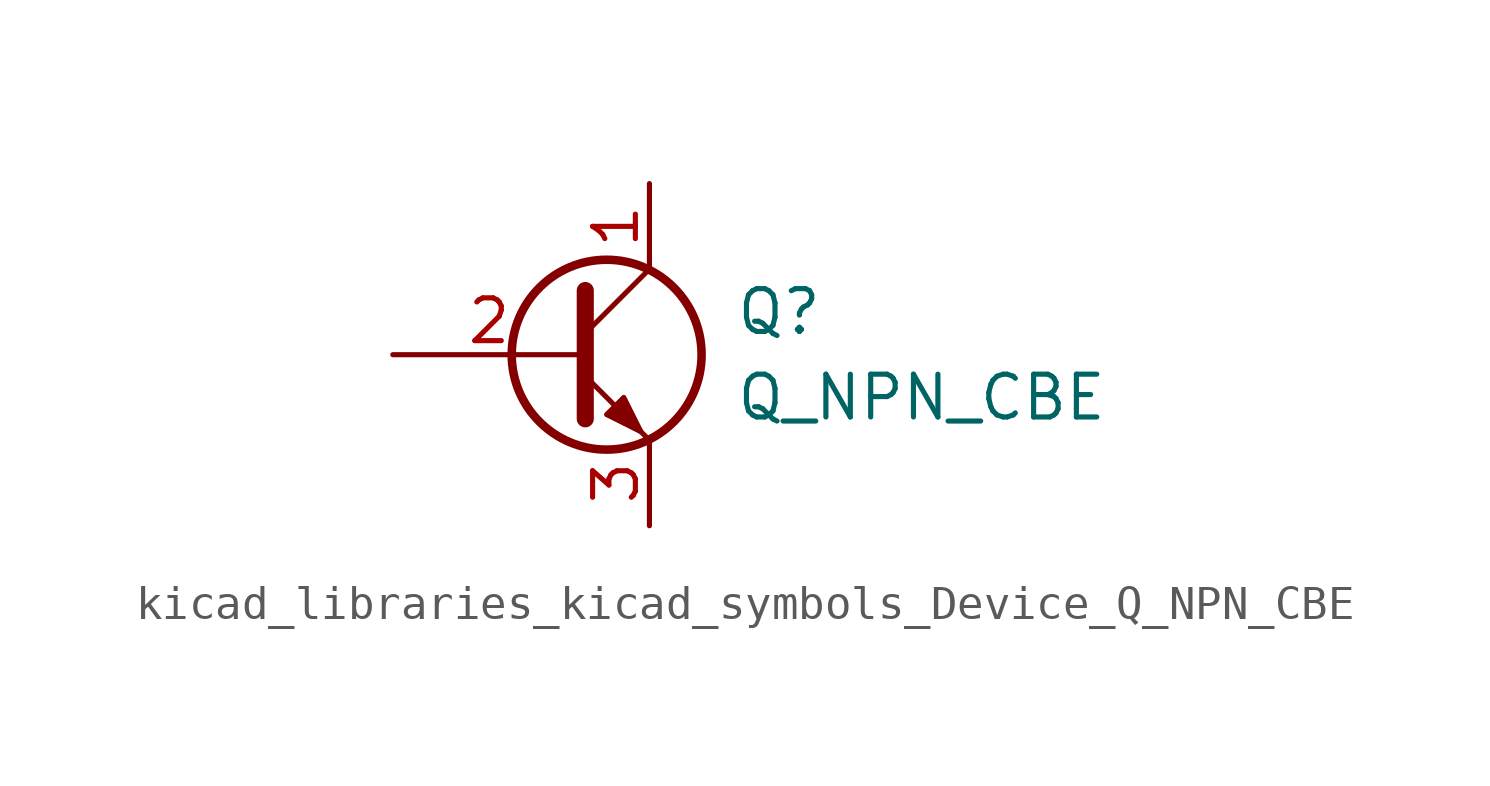
<source format=kicad_sym>
(kicad_symbol_lib
  (version 20220914)
  (generator kicad_symbol_editor)
  (symbol "kicad_libraries_kicad_symbols_Device_Q_NPN_CBE"
    (pin_names
      (offset 0) hide)
    (property "Reference" "Q"
      (at 5.08 1.27 0)
      (effects (font (size 1.27 1.27)) (justify left)))
    (property "Value" "Q_NPN_CBE"
      (at 5.08 -1.27 0)
      (effects (font (size 1.27 1.27)) (justify left)))
    (symbol "kicad_libraries_kicad_symbols_Device_Q_NPN_CBE_0_1"
      (polyline (pts (xy 0.635 0.635) (xy 2.54 2.54)) (stroke (width 0) (type default)) (fill (type none)))
      (polyline (pts (xy 0.635 -0.635) (xy 2.54 -2.54) (xy 2.54 -2.54)) (stroke (width 0) (type default)) (fill (type none)))
      (polyline (pts (xy 0.635 1.905) (xy 0.635 -1.905) (xy 0.635 -1.905)) (stroke (width 0.508) (type default)) (fill (type none)))
      (polyline (pts (xy 1.27 -1.778) (xy 1.778 -1.27) (xy 2.286 -2.286) (xy 1.27 -1.778) (xy 1.27 -1.778)) (stroke (width 0) (type default)) (fill (type outline)))
      (circle (center 1.27 0) (radius 2.819) (stroke (width 0.254) (type default)) (fill (type none))))
    (symbol "kicad_libraries_kicad_symbols_Device_Q_NPN_CBE_1_1"
      (pin passive line (at 2.54 5.08 270) (length 2.54) (name "C" (effects (font (size 1.27 1.27)))) (number "1" (effects (font (size 1.27 1.27)))))
      (pin input line (at -5.08 0 0) (length 5.715) (name "B" (effects (font (size 1.27 1.27)))) (number "2" (effects (font (size 1.27 1.27)))))
      (pin passive line (at 2.54 -5.08 90) (length 2.54) (name "E" (effects (font (size 1.27 1.27)))) (number "3" (effects (font (size 1.27 1.27))))))))
</source>
